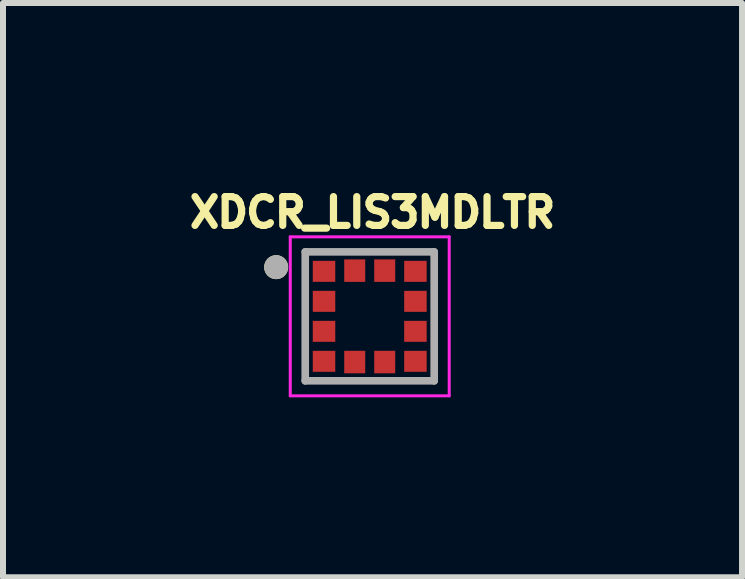
<source format=kicad_pcb>
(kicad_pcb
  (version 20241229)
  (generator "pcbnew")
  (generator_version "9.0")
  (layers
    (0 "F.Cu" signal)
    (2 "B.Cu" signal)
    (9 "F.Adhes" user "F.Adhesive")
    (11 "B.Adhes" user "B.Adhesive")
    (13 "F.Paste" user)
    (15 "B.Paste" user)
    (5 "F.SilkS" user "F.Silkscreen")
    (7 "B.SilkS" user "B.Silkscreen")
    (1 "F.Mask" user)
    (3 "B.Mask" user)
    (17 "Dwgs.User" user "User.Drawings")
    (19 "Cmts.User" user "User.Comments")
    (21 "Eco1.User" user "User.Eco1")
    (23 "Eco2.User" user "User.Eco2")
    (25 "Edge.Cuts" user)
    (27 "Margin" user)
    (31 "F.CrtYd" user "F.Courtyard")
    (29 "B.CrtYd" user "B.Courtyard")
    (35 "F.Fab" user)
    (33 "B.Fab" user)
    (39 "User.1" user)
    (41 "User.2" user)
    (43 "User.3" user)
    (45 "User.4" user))
  (footprint "XDCR_LIS3MDLTR"
    (layer "F.Cu")
    (at 3.114 2.224)
    (property "Reference" "XDCR_LIS3MDLTR" (at 0.047 -1.732 0) (layer "F.SilkS") (effects (font (size 0.48 0.48) (thickness 0.15))))
    (attr smd)
    (fp_poly (pts (xy -1 -0.975) (xy -0.525 -0.975) (xy -0.525 -0.525) (xy -1 -0.525)) (stroke (width 0.01) (type solid)) (fill yes) (layer "F.Mask"))
    (fp_poly (pts (xy -1 -0.475) (xy -0.525 -0.475) (xy -0.525 -0.025) (xy -1 -0.025)) (stroke (width 0.01) (type solid)) (fill yes) (layer "F.Mask"))
    (fp_poly (pts (xy -1 0.025) (xy -0.525 0.025) (xy -0.525 0.475) (xy -1 0.475)) (stroke (width 0.01) (type solid)) (fill yes) (layer "F.Mask"))
    (fp_poly (pts (xy -1 0.525) (xy -0.525 0.525) (xy -0.525 0.975) (xy -1 0.975)) (stroke (width 0.01) (type solid)) (fill yes) (layer "F.Mask"))
    (fp_poly (pts (xy -0.475 -1) (xy -0.025 -1) (xy -0.025 -0.525) (xy -0.475 -0.525)) (stroke (width 0.01) (type solid)) (fill yes) (layer "F.Mask"))
    (fp_poly (pts (xy -0.475 0.525) (xy -0.025 0.525) (xy -0.025 1) (xy -0.475 1)) (stroke (width 0.01) (type solid)) (fill yes) (layer "F.Mask"))
    (fp_poly (pts (xy 0.025 -1) (xy 0.475 -1) (xy 0.475 -0.525) (xy 0.025 -0.525)) (stroke (width 0.01) (type solid)) (fill yes) (layer "F.Mask"))
    (fp_poly (pts (xy 0.025 0.525) (xy 0.475 0.525) (xy 0.475 1) (xy 0.025 1)) (stroke (width 0.01) (type solid)) (fill yes) (layer "F.Mask"))
    (fp_poly (pts (xy 0.525 -0.975) (xy 1 -0.975) (xy 1 -0.525) (xy 0.525 -0.525)) (stroke (width 0.01) (type solid)) (fill yes) (layer "F.Mask"))
    (fp_poly (pts (xy 0.525 -0.475) (xy 1 -0.475) (xy 1 -0.025) (xy 0.525 -0.025)) (stroke (width 0.01) (type solid)) (fill yes) (layer "F.Mask"))
    (fp_poly (pts (xy 0.525 0.025) (xy 1 0.025) (xy 1 0.475) (xy 0.525 0.475)) (stroke (width 0.01) (type solid)) (fill yes) (layer "F.Mask"))
    (fp_poly (pts (xy 0.525 0.525) (xy 1 0.525) (xy 1 0.975) (xy 0.525 0.975)) (stroke (width 0.01) (type solid)) (fill yes) (layer "F.Mask"))
    (fp_circle (center -1.56 -0.82) (end -1.46 -0.82) (stroke (width 0.2) (type solid)) (fill no) (layer "F.SilkS"))
    (fp_line (start -1.325 -1.325) (end -1.325 1.325) (stroke (width 0.05) (type solid)) (layer "F.CrtYd"))
    (fp_line (start -1.325 1.325) (end 1.325 1.325) (stroke (width 0.05) (type solid)) (layer "F.CrtYd"))
    (fp_line (start 1.325 -1.325) (end -1.325 -1.325) (stroke (width 0.05) (type solid)) (layer "F.CrtYd"))
    (fp_line (start 1.325 1.325) (end 1.325 -1.325) (stroke (width 0.05) (type solid)) (layer "F.CrtYd"))
    (fp_line (start -1.075 -1.075) (end -1.075 1.075) (stroke (width 0.127) (type solid)) (layer "F.Fab"))
    (fp_line (start -1.075 1.075) (end 1.075 1.075) (stroke (width 0.127) (type solid)) (layer "F.Fab"))
    (fp_line (start 1.075 -1.075) (end -1.075 -1.075) (stroke (width 0.127) (type solid)) (layer "F.Fab"))
    (fp_line (start 1.075 1.075) (end 1.075 -1.075) (stroke (width 0.127) (type solid)) (layer "F.Fab"))
    (fp_circle (center -1.56 -0.82) (end -1.46 -0.82) (stroke (width 0.2) (type solid)) (fill no) (layer "F.Fab"))
    (pad "1" smd rect (at -0.762 -0.75) (size 0.375 0.35) (layers "F.Cu" "F.Paste"))
    (pad "2" smd rect (at -0.762 -0.25) (size 0.375 0.35) (layers "F.Cu" "F.Paste"))
    (pad "3" smd rect (at -0.762 0.25) (size 0.375 0.35) (layers "F.Cu" "F.Paste"))
    (pad "4" smd rect (at -0.762 0.75) (size 0.375 0.35) (layers "F.Cu" "F.Paste"))
    (pad "5" smd rect (at -0.25 0.762) (size 0.35 0.375) (layers "F.Cu" "F.Paste"))
    (pad "6" smd rect (at 0.25 0.762) (size 0.35 0.375) (layers "F.Cu" "F.Paste"))
    (pad "7" smd rect (at 0.762 0.75) (size 0.375 0.35) (layers "F.Cu" "F.Paste"))
    (pad "8" smd rect (at 0.762 0.25) (size 0.375 0.35) (layers "F.Cu" "F.Paste"))
    (pad "9" smd rect (at 0.762 -0.25) (size 0.375 0.35) (layers "F.Cu" "F.Paste"))
    (pad "10" smd rect (at 0.762 -0.75) (size 0.375 0.35) (layers "F.Cu" "F.Paste"))
    (pad "11" smd rect (at 0.25 -0.762) (size 0.35 0.375) (layers "F.Cu" "F.Paste"))
    (pad "12" smd rect (at -0.25 -0.762) (size 0.35 0.375) (layers "F.Cu" "F.Paste")))
  (gr_rect
    (start -3 -3)
    (end 9.321 6.574)
    (stroke (width 0.1) (type default))
    (fill no)
    (layer "Edge.Cuts")))
</source>
